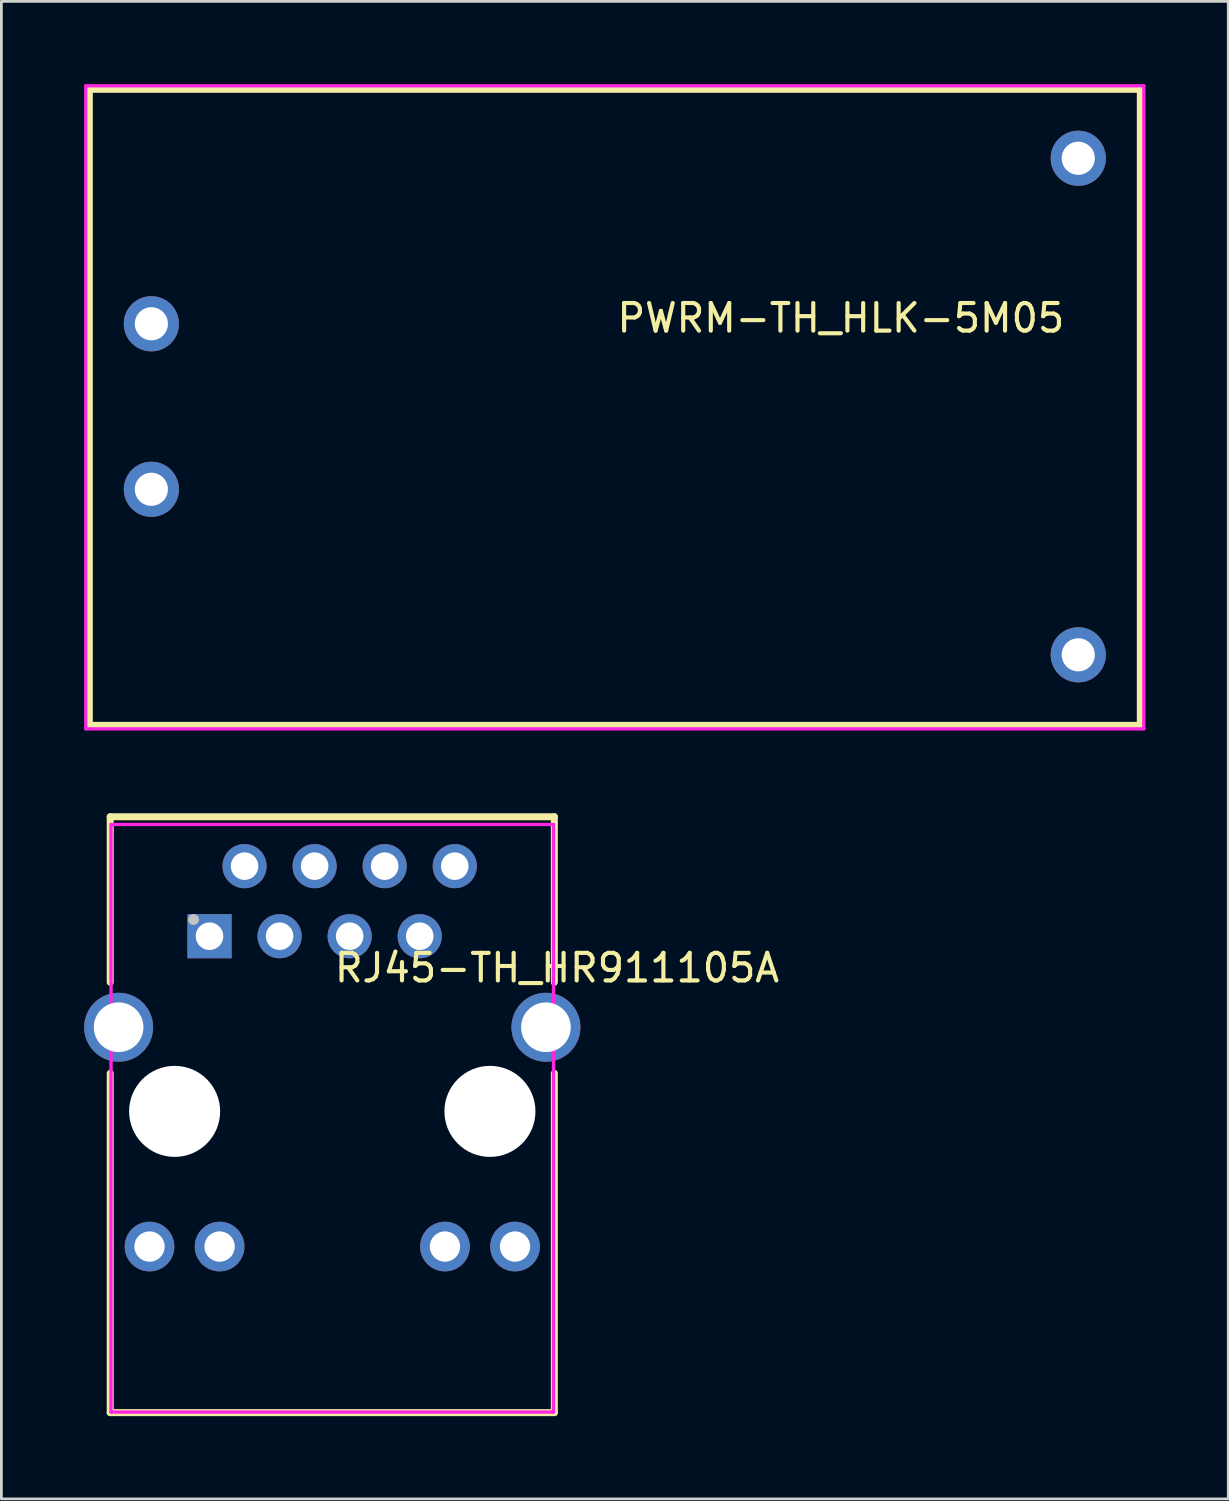
<source format=kicad_pcb>
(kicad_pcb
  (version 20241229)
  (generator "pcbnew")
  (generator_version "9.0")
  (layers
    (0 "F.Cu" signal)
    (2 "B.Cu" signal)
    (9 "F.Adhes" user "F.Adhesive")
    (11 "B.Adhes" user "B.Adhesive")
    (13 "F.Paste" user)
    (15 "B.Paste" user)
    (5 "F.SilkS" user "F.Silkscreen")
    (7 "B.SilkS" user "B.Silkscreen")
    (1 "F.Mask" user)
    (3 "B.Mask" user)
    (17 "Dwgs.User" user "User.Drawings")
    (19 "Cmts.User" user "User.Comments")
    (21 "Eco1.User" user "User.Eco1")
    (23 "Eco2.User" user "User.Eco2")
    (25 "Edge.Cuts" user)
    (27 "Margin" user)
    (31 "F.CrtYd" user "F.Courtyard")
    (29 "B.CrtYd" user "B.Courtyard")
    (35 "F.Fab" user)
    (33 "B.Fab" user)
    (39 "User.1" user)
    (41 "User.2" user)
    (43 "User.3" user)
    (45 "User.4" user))
  (footprint "RJ45-TH_HR911105A"
    (layer "F.Cu")
    (at 8.995 35.243)
    (property "Reference" "RJ45-TH_HR911105A" (at 0 -3.207 0) (layer "F.SilkS") (effects (font (size 1 1) (thickness 0.15)) (justify left)))
    (attr through_hole)
    (fp_line (start -8.05 -8.685) (end -8.05 -2.685) (stroke (width 0.254) (type solid)) (layer "F.SilkS"))
    (fp_line (start -8.05 -8.685) (end 8.05 -8.685) (stroke (width 0.254) (type solid)) (layer "F.SilkS"))
    (fp_line (start -8.05 0.615) (end -8.05 12.915) (stroke (width 0.254) (type solid)) (layer "F.SilkS"))
    (fp_line (start -8.05 12.915) (end 8.05 12.915) (stroke (width 0.254) (type solid)) (layer "F.SilkS"))
    (fp_line (start 8.05 -8.685) (end 8.05 -2.685) (stroke (width 0.254) (type solid)) (layer "F.SilkS"))
    (fp_line (start 8.05 0.615) (end 8.05 12.915) (stroke (width 0.254) (type solid)) (layer "F.SilkS"))
    (fp_circle (center -5.715 1.995) (end -5.015 1.995) (stroke (width 1.4) (type solid)) (fill no) (layer "Dwgs.User"))
    (fp_circle (center -5.03 -4.96) (end -4.93 -4.96) (stroke (width 0.2) (type solid)) (fill no) (layer "Dwgs.User"))
    (fp_circle (center 5.715 1.995) (end 6.415 1.995) (stroke (width 1.4) (type solid)) (fill no) (layer "Dwgs.User"))
    (fp_circle (center -8.02 -8.405) (end -7.99 -8.405) (stroke (width 0.06) (type solid)) (fill no) (layer "Eco2.User"))
    (fp_poly (pts (xy -8.02 -0.455) (xy -8.02 -1.655) (xy -7.72 -1.655) (xy -7.72 -0.455)) (stroke (width 0.12) (type solid)) (fill no) (layer "Eco2.User"))
    (fp_poly (pts (xy -6.925 6.745) (xy -6.325 6.745) (xy -6.325 7.045) (xy -6.925 7.045)) (stroke (width 0.12) (type solid)) (fill no) (layer "Eco2.User"))
    (fp_poly (pts (xy -4.75 -4.505) (xy -4.15 -4.505) (xy -4.15 -4.205) (xy -4.75 -4.205)) (stroke (width 0.12) (type solid)) (fill no) (layer "Eco2.User"))
    (fp_poly (pts (xy -4.385 6.745) (xy -3.785 6.745) (xy -3.785 7.045) (xy -4.385 7.045)) (stroke (width 0.12) (type solid)) (fill no) (layer "Eco2.User"))
    (fp_poly (pts (xy -3.48 -7.045) (xy -2.88 -7.045) (xy -2.88 -6.745) (xy -3.48 -6.745)) (stroke (width 0.12) (type solid)) (fill no) (layer "Eco2.User"))
    (fp_poly (pts (xy -2.21 -4.505) (xy -1.61 -4.505) (xy -1.61 -4.205) (xy -2.21 -4.205)) (stroke (width 0.12) (type solid)) (fill no) (layer "Eco2.User"))
    (fp_poly (pts (xy -0.94 -7.045) (xy -0.34 -7.045) (xy -0.34 -6.745) (xy -0.94 -6.745)) (stroke (width 0.12) (type solid)) (fill no) (layer "Eco2.User"))
    (fp_poly (pts (xy 0.33 -4.505) (xy 0.93 -4.505) (xy 0.93 -4.205) (xy 0.33 -4.205)) (stroke (width 0.12) (type solid)) (fill no) (layer "Eco2.User"))
    (fp_poly (pts (xy 1.6 -7.045) (xy 2.2 -7.045) (xy 2.2 -6.745) (xy 1.6 -6.745)) (stroke (width 0.12) (type solid)) (fill no) (layer "Eco2.User"))
    (fp_poly (pts (xy 2.87 -4.505) (xy 3.47 -4.505) (xy 3.47 -4.205) (xy 2.87 -4.205)) (stroke (width 0.12) (type solid)) (fill no) (layer "Eco2.User"))
    (fp_poly (pts (xy 3.785 6.745) (xy 4.385 6.745) (xy 4.385 7.045) (xy 3.785 7.045)) (stroke (width 0.12) (type solid)) (fill no) (layer "Eco2.User"))
    (fp_poly (pts (xy 4.14 -7.045) (xy 4.74 -7.045) (xy 4.74 -6.745) (xy 4.14 -6.745)) (stroke (width 0.12) (type solid)) (fill no) (layer "Eco2.User"))
    (fp_poly (pts (xy 6.325 6.745) (xy 6.925 6.745) (xy 6.925 7.045) (xy 6.325 7.045)) (stroke (width 0.12) (type solid)) (fill no) (layer "Eco2.User"))
    (fp_poly (pts (xy 7.72 -0.455) (xy 7.72 -1.655) (xy 8.02 -1.655) (xy 8.02 -0.455)) (stroke (width 0.12) (type solid)) (fill no) (layer "Eco2.User"))
    (fp_line (start -8.02 -8.405) (end 8.02 -8.405) (stroke (width 0.12) (type solid)) (layer "F.CrtYd"))
    (fp_line (start -8.02 12.895) (end -8.02 -8.405) (stroke (width 0.12) (type solid)) (layer "F.CrtYd"))
    (fp_line (start 8.02 -8.405) (end 8.02 12.895) (stroke (width 0.12) (type solid)) (layer "F.CrtYd"))
    (fp_line (start 8.02 12.895) (end -8.02 12.895) (stroke (width 0.12) (type solid)) (layer "F.CrtYd"))
    (pad "" np_thru_hole circle (at -5.715 1.995) (size 3.3 3.3) (drill 3.3) (layers "*.Cu" "*.Mask"))
    (pad "" np_thru_hole circle (at 5.715 1.995) (size 3.3 3.3) (drill 3.3) (layers "*.Cu" "*.Mask"))
    (pad "1" thru_hole rect (at -4.45 -4.355) (size 1.6 1.6) (drill 1) (layers "*.Cu" "*.Mask"))
    (pad "2" thru_hole circle (at -3.18 -6.895) (size 1.6 1.6) (drill 1) (layers "*.Cu" "*.Mask"))
    (pad "3" thru_hole circle (at -1.91 -4.355) (size 1.6 1.6) (drill 1) (layers "*.Cu" "*.Mask"))
    (pad "4" thru_hole circle (at -0.64 -6.895) (size 1.6 1.6) (drill 1) (layers "*.Cu" "*.Mask"))
    (pad "5" thru_hole circle (at 0.63 -4.355) (size 1.6 1.6) (drill 1) (layers "*.Cu" "*.Mask"))
    (pad "6" thru_hole circle (at 1.9 -6.895) (size 1.6 1.6) (drill 1) (layers "*.Cu" "*.Mask"))
    (pad "7" thru_hole circle (at 3.17 -4.355) (size 1.6 1.6) (drill 1) (layers "*.Cu" "*.Mask"))
    (pad "8" thru_hole circle (at 4.44 -6.895) (size 1.6 1.6) (drill 1) (layers "*.Cu" "*.Mask"))
    (pad "9" thru_hole circle (at -6.625 6.895) (size 1.8 1.8) (drill 1.1) (layers "*.Cu" "*.Mask"))
    (pad "10" thru_hole circle (at -4.085 6.895) (size 1.8 1.8) (drill 1.1) (layers "*.Cu" "*.Mask"))
    (pad "11" thru_hole circle (at 4.085 6.895) (size 1.8 1.8) (drill 1.1) (layers "*.Cu" "*.Mask"))
    (pad "12" thru_hole circle (at 6.625 6.895) (size 1.8 1.8) (drill 1.1) (layers "*.Cu" "*.Mask"))
    (pad "SH1" thru_hole circle (at -7.745 -1.055) (size 2.5 2.5) (drill 1.8) (layers "*.Cu" "*.Mask"))
    (pad "SH2" thru_hole circle (at 7.745 -1.055) (size 2.5 2.5) (drill 1.8) (layers "*.Cu" "*.Mask")))
  (footprint "PWRM-TH_HLK-5M05"
    (layer "F.Cu")
    (at 19.237 11.687)
    (property "Reference" "PWRM-TH_HLK-5M05" (at 0 -3.207 0) (layer "F.SilkS") (effects (font (size 1 1) (thickness 0.15)) (justify left)))
    (attr through_hole)
    (fp_line (start -19.05 -11.5) (end -19.05 11.557) (stroke (width 0.254) (type solid)) (layer "F.SilkS"))
    (fp_line (start -19.05 11.557) (end 19.05 11.557) (stroke (width 0.254) (type solid)) (layer "F.SilkS"))
    (fp_line (start 19.05 -11.5) (end -19.05 -11.5) (stroke (width 0.254) (type solid)) (layer "F.SilkS"))
    (fp_line (start 19.05 -11.5) (end 19.05 11.5) (stroke (width 0.254) (type solid)) (layer "F.SilkS"))
    (fp_circle (center -19.177 -11.627) (end -19.147 -11.627) (stroke (width 0.06) (type solid)) (fill no) (layer "Eco2.User"))
    (fp_circle (center -16.8 -3) (end -16.55 -3) (stroke (width 0.5) (type solid)) (fill no) (layer "Eco2.User"))
    (fp_circle (center -16.8 3) (end -16.55 3) (stroke (width 0.5) (type solid)) (fill no) (layer "Eco2.User"))
    (fp_circle (center 16.8 -9) (end 17.05 -9) (stroke (width 0.5) (type solid)) (fill no) (layer "Eco2.User"))
    (fp_circle (center 16.8 9) (end 17.05 9) (stroke (width 0.5) (type solid)) (fill no) (layer "Eco2.User"))
    (fp_line (start -19.177 -11.627) (end 19.177 -11.627) (stroke (width 0.12) (type solid)) (layer "F.CrtYd"))
    (fp_line (start -19.177 11.684) (end -19.177 -11.627) (stroke (width 0.12) (type solid)) (layer "F.CrtYd"))
    (fp_line (start 19.177 -11.627) (end 19.177 11.684) (stroke (width 0.12) (type solid)) (layer "F.CrtYd"))
    (fp_line (start 19.177 11.684) (end -19.177 11.684) (stroke (width 0.12) (type solid)) (layer "F.CrtYd"))
    (pad "1" thru_hole circle (at -16.8 -3) (size 2 2) (drill 1.2) (layers "*.Cu" "*.Mask"))
    (pad "2" thru_hole circle (at -16.8 3) (size 2 2) (drill 1.2) (layers "*.Cu" "*.Mask"))
    (pad "3" thru_hole circle (at 16.8 -9) (size 2 2) (drill 1.2) (layers "*.Cu" "*.Mask"))
    (pad "4" thru_hole circle (at 16.8 9) (size 2 2) (drill 1.2) (layers "*.Cu" "*.Mask")))
  (gr_rect
    (start -3 -3)
    (end 41.474 51.285)
    (stroke (width 0.1) (type default))
    (fill no)
    (layer "Edge.Cuts")))
</source>
